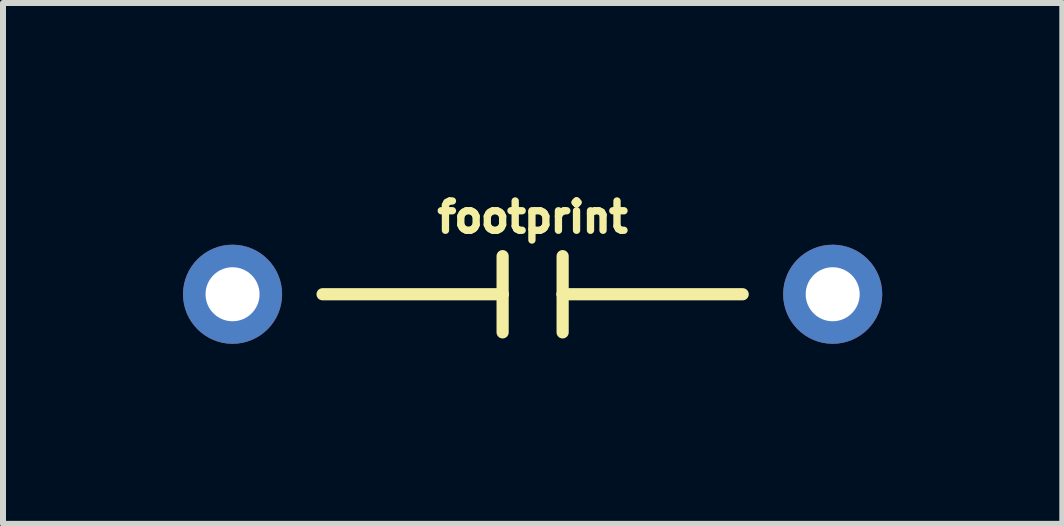
<source format=kicad_pcb>
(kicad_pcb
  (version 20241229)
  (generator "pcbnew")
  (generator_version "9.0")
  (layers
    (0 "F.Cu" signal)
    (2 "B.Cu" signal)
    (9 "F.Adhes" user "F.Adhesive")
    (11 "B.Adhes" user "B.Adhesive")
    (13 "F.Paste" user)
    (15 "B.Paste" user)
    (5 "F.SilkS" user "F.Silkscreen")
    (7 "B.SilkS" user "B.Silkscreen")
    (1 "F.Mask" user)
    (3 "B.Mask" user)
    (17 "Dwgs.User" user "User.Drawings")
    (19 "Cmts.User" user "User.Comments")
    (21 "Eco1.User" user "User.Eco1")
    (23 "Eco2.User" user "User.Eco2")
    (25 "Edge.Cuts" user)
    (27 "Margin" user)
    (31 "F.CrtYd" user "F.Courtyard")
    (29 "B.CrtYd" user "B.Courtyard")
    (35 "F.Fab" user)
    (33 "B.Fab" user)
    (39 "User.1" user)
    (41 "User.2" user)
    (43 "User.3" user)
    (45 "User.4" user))
  (footprint "footprint"
    (layer "F.Cu")
    (at 5.825 1.853)
    (property "Reference" "footprint" (at 0 -1 0) (layer "F.SilkS") (effects (font (size 0.488 0.488) (thickness 0.122)) (justify bottom)))
    (fp_line (start -0.5 -0.635) (end -0.5 0) (stroke (width 0.203) (type solid)) (layer "F.SilkS"))
    (fp_line (start -0.5 0) (end -3.5 0) (stroke (width 0.203) (type solid)) (layer "F.SilkS"))
    (fp_line (start -0.5 0) (end -0.5 0.635) (stroke (width 0.203) (type solid)) (layer "F.SilkS"))
    (fp_line (start 0.5 -0.635) (end 0.5 0) (stroke (width 0.203) (type solid)) (layer "F.SilkS"))
    (fp_line (start 0.5 0) (end 0.5 0.635) (stroke (width 0.203) (type solid)) (layer "F.SilkS"))
    (fp_line (start 0.5 0) (end 3.5 0) (stroke (width 0.203) (type solid)) (layer "F.SilkS"))
    (pad "1" thru_hole circle (at -5 0) (size 1.651 1.651) (drill 0.9) (layers "*.Cu" "*.Mask"))
    (pad "2" thru_hole circle (at 5 0) (size 1.651 1.651) (drill 0.9) (layers "*.Cu" "*.Mask")))
  (gr_rect
    (start -3 -3)
    (end 14.651 5.679)
    (stroke (width 0.1) (type default))
    (fill no)
    (layer "Edge.Cuts")))
</source>
